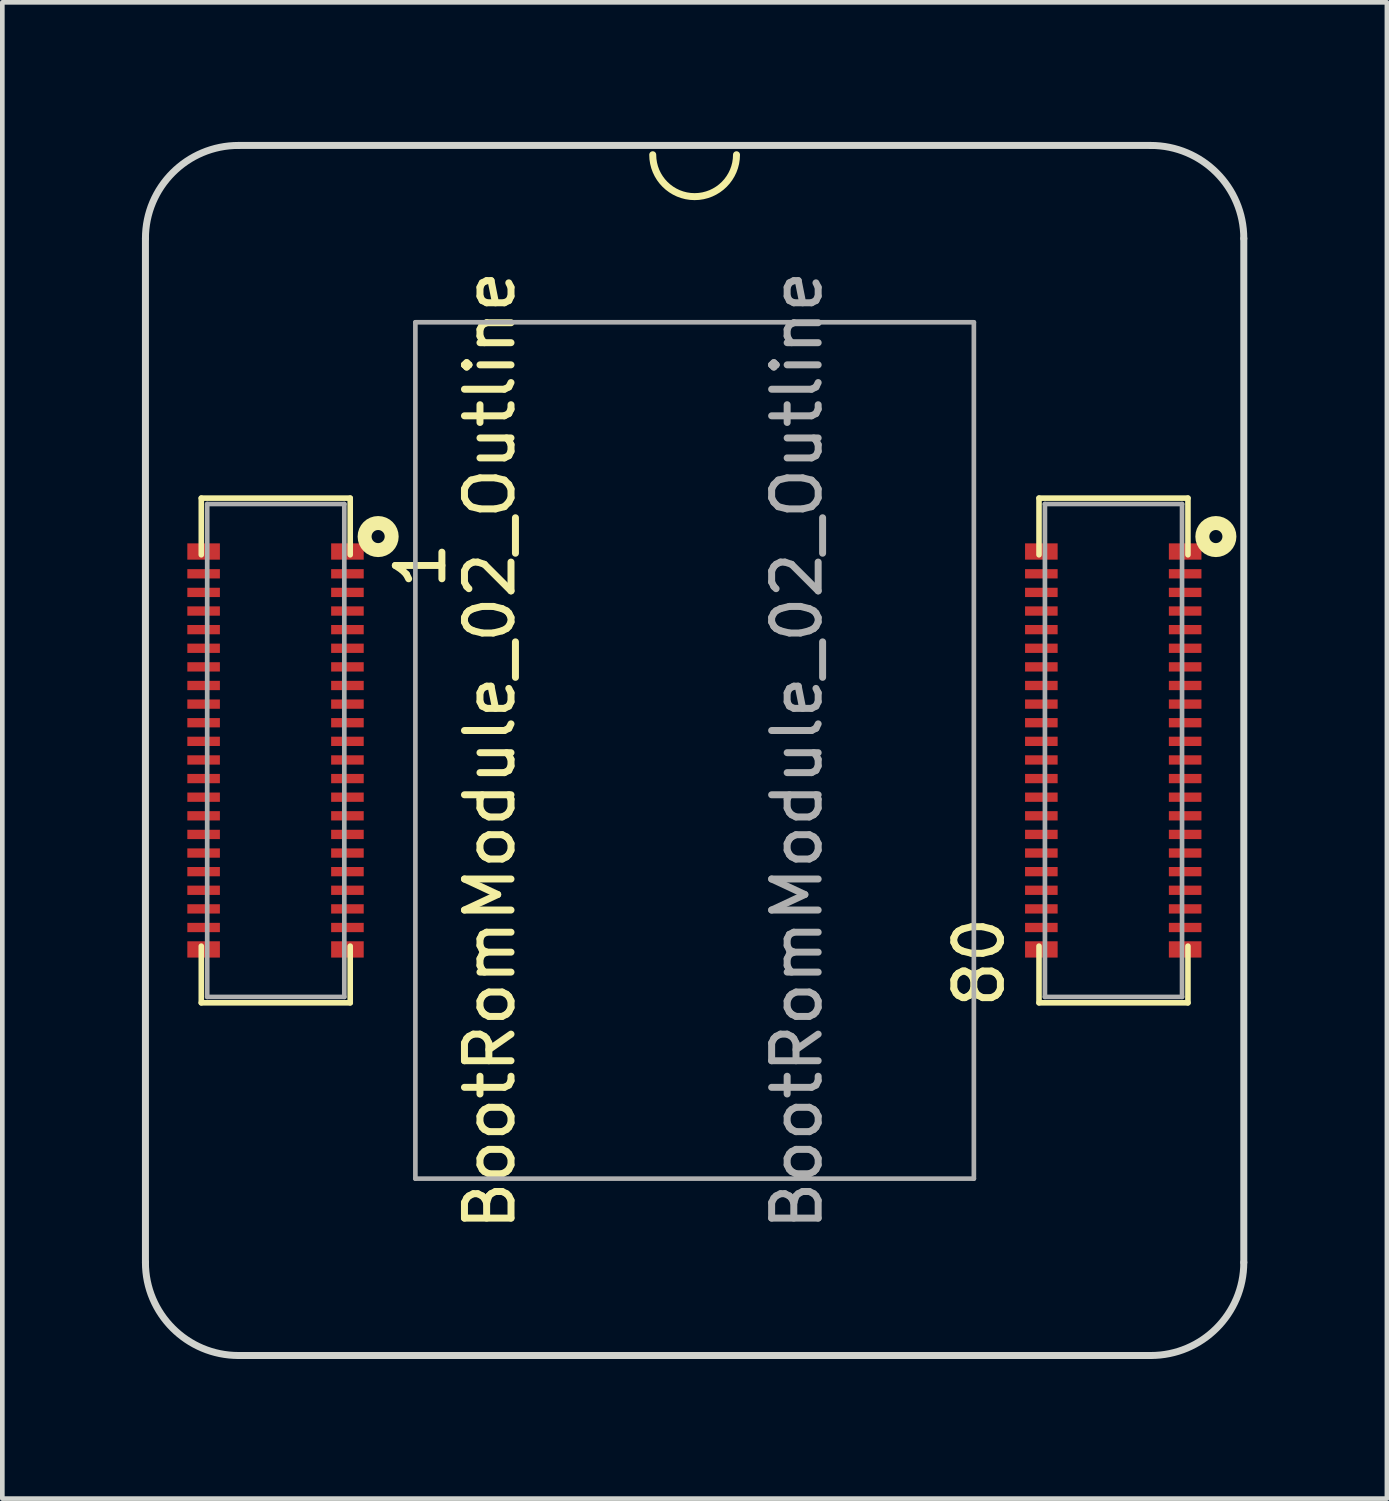
<source format=kicad_pcb>
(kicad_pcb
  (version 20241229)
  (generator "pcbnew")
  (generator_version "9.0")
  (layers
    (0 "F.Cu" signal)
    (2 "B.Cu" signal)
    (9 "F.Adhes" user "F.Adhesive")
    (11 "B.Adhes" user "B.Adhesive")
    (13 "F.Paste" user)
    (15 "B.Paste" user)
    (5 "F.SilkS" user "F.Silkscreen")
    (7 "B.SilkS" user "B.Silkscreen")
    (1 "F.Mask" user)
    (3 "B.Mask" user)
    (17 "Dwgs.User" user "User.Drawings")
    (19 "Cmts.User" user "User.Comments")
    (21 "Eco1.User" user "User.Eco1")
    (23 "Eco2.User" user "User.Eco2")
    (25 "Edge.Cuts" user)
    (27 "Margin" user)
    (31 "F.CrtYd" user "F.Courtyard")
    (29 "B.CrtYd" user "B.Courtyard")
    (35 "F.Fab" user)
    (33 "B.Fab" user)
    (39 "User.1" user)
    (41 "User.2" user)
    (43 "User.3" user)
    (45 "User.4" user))
  (footprint "BootRomModule_02_Outline"
    (layer "F.Cu")
    (at 11.875 13.075)
    (property "Reference" "BootRomModule_02_Outline" (at -4.4 0 90) (layer "F.SilkS") (effects (font (size 1 1) (thickness 0.15))))
    (attr smd)
    (fp_line (start -10.6 -5.422) (end -10.6 -4.204) (stroke (width 0.12) (type solid)) (layer "F.SilkS"))
    (fp_line (start -10.6 4.204) (end -10.6 5.422) (stroke (width 0.12) (type solid)) (layer "F.SilkS"))
    (fp_line (start -10.6 5.422) (end -7.4 5.422) (stroke (width 0.12) (type solid)) (layer "F.SilkS"))
    (fp_line (start -7.4 -5.422) (end -10.6 -5.422) (stroke (width 0.12) (type solid)) (layer "F.SilkS"))
    (fp_line (start -7.4 -4.204) (end -7.4 -5.422) (stroke (width 0.12) (type solid)) (layer "F.SilkS"))
    (fp_line (start -7.4 5.422) (end -7.4 4.204) (stroke (width 0.12) (type solid)) (layer "F.SilkS"))
    (fp_line (start 7.4 -5.422) (end 7.4 -4.204) (stroke (width 0.12) (type solid)) (layer "F.SilkS"))
    (fp_line (start 7.4 4.204) (end 7.4 5.422) (stroke (width 0.12) (type solid)) (layer "F.SilkS"))
    (fp_line (start 7.4 5.422) (end 10.6 5.422) (stroke (width 0.12) (type solid)) (layer "F.SilkS"))
    (fp_line (start 10.6 -5.422) (end 7.4 -5.422) (stroke (width 0.12) (type solid)) (layer "F.SilkS"))
    (fp_line (start 10.6 -4.204) (end 10.6 -5.422) (stroke (width 0.12) (type solid)) (layer "F.SilkS"))
    (fp_line (start 10.6 5.422) (end 10.6 4.204) (stroke (width 0.12) (type solid)) (layer "F.SilkS"))
    (fp_arc (start 0.9 -12.8) (mid 0 -11.9) (end -0.9 -12.8) (stroke (width 0.15) (type default)) (layer "F.SilkS"))
    (fp_circle (center -6.8 -4.596) (end -6.8 -4.737) (stroke (width 0.3) (type solid)) (fill no) (layer "F.SilkS"))
    (fp_circle (center 11.2 -4.596) (end 11.2 -4.737) (stroke (width 0.3) (type solid)) (fill no) (layer "F.SilkS"))
    (fp_line (start -11.8 -11) (end -11.8 11) (stroke (width 0.15) (type default)) (layer "Edge.Cuts"))
    (fp_line (start -9.8 -13) (end 9.8 -13) (stroke (width 0.15) (type default)) (layer "Edge.Cuts"))
    (fp_line (start -9.8 13) (end 9.8 13) (stroke (width 0.15) (type default)) (layer "Edge.Cuts"))
    (fp_line (start 11.8 11) (end 11.8 -11) (stroke (width 0.15) (type default)) (layer "Edge.Cuts"))
    (fp_arc (start -11.8 -11) (mid -11.214214 -12.414214) (end -9.8 -13) (stroke (width 0.15) (type default)) (layer "Edge.Cuts"))
    (fp_arc (start -9.8 13) (mid -11.214214 12.414214) (end -11.8 11) (stroke (width 0.15) (type default)) (layer "Edge.Cuts"))
    (fp_arc (start 9.8 -13) (mid 11.214214 -12.414214) (end 11.8 -11) (stroke (width 0.15) (type default)) (layer "Edge.Cuts"))
    (fp_arc (start 11.8 11) (mid 11.214214 12.414214) (end 9.8 13) (stroke (width 0.15) (type default)) (layer "Edge.Cuts"))
    (fp_line (start -11.8 -11) (end -11.8 11) (stroke (width 0.05) (type default)) (layer "F.CrtYd"))
    (fp_line (start -9.8 -13) (end 9.8 -13) (stroke (width 0.05) (type default)) (layer "F.CrtYd"))
    (fp_line (start -9.8 13) (end 9.8 13) (stroke (width 0.05) (type default)) (layer "F.CrtYd"))
    (fp_line (start 11.8 11) (end 11.8 -11) (stroke (width 0.05) (type default)) (layer "F.CrtYd"))
    (fp_arc (start -11.8 -11) (mid -11.214214 -12.414214) (end -9.8 -13) (stroke (width 0.05) (type default)) (layer "F.CrtYd"))
    (fp_arc (start -9.8 13) (mid -11.214214 12.414214) (end -11.8 11) (stroke (width 0.05) (type default)) (layer "F.CrtYd"))
    (fp_arc (start 9.8 -13) (mid 11.214214 -12.414214) (end 11.8 -11) (stroke (width 0.05) (type default)) (layer "F.CrtYd"))
    (fp_arc (start 11.8 11) (mid 11.214214 12.414214) (end 9.8 13) (stroke (width 0.05) (type default)) (layer "F.CrtYd"))
    (fp_line (start -10.473 -5.295) (end -10.473 5.295) (stroke (width 0.1) (type solid)) (layer "F.Fab"))
    (fp_line (start -10.473 5.295) (end -7.527 5.295) (stroke (width 0.1) (type solid)) (layer "F.Fab"))
    (fp_line (start -7.527 -5.295) (end -10.473 -5.295) (stroke (width 0.1) (type solid)) (layer "F.Fab"))
    (fp_line (start -7.527 5.295) (end -7.527 -5.295) (stroke (width 0.1) (type solid)) (layer "F.Fab"))
    (fp_line (start -6 -9.2) (end 6 -9.2) (stroke (width 0.1) (type solid)) (layer "F.Fab"))
    (fp_line (start -6 9.2) (end -6 -9.2) (stroke (width 0.1) (type solid)) (layer "F.Fab"))
    (fp_line (start 6 -9.2) (end 6 9.2) (stroke (width 0.1) (type solid)) (layer "F.Fab"))
    (fp_line (start 6 9.2) (end -6 9.2) (stroke (width 0.1) (type solid)) (layer "F.Fab"))
    (fp_line (start 7.527 -5.295) (end 7.527 5.295) (stroke (width 0.1) (type solid)) (layer "F.Fab"))
    (fp_line (start 7.527 5.295) (end 10.473 5.295) (stroke (width 0.1) (type solid)) (layer "F.Fab"))
    (fp_line (start 10.473 -5.295) (end 7.527 -5.295) (stroke (width 0.1) (type solid)) (layer "F.Fab"))
    (fp_line (start 10.473 5.295) (end 10.473 -5.295) (stroke (width 0.1) (type solid)) (layer "F.Fab"))
    (fp_text user "1" (at -5.3 -3.4 90) (unlocked yes) (layer "F.SilkS") (effects (font (size 1 1) (thickness 0.15)) (justify left bottom)))
    (fp_text user "80" (at 6.7 5.6 90) (unlocked yes) (layer "F.SilkS") (effects (font (size 1 1) (thickness 0.15)) (justify left bottom)))
    (fp_text user "${REFERENCE}" (at 2.2 0 90) (layer "F.Fab") (effects (font (size 1 1) (thickness 0.15))))
    (pad "1" smd rect (at -7.46 -3.796 90) (size 0.2 0.7) (layers "F.Cu" "F.Mask" "F.Paste"))
    (pad "2" smd rect (at -10.55 -3.796 90) (size 0.2 0.7) (layers "F.Cu" "F.Mask" "F.Paste"))
    (pad "3" smd rect (at -7.46 -3.396 90) (size 0.2 0.7) (layers "F.Cu" "F.Mask" "F.Paste"))
    (pad "4" smd rect (at -10.55 -3.396 90) (size 0.2 0.7) (layers "F.Cu" "F.Mask" "F.Paste"))
    (pad "5" smd rect (at -7.46 -2.996 90) (size 0.2 0.7) (layers "F.Cu" "F.Mask" "F.Paste"))
    (pad "6" smd rect (at -10.55 -2.996 90) (size 0.2 0.7) (layers "F.Cu" "F.Mask" "F.Paste"))
    (pad "7" smd rect (at -7.46 -2.596 90) (size 0.2 0.7) (layers "F.Cu" "F.Mask" "F.Paste"))
    (pad "8" smd rect (at -10.55 -2.596 90) (size 0.2 0.7) (layers "F.Cu" "F.Mask" "F.Paste"))
    (pad "9" smd rect (at -7.46 -2.196 90) (size 0.2 0.7) (layers "F.Cu" "F.Mask" "F.Paste"))
    (pad "10" smd rect (at -10.55 -2.196 90) (size 0.2 0.7) (layers "F.Cu" "F.Mask" "F.Paste"))
    (pad "11" smd rect (at -7.46 -1.796 90) (size 0.2 0.7) (layers "F.Cu" "F.Mask" "F.Paste"))
    (pad "12" smd rect (at -10.55 -1.796 90) (size 0.2 0.7) (layers "F.Cu" "F.Mask" "F.Paste"))
    (pad "13" smd rect (at -7.46 -1.396 90) (size 0.2 0.7) (layers "F.Cu" "F.Mask" "F.Paste"))
    (pad "14" smd rect (at -10.55 -1.396 90) (size 0.2 0.7) (layers "F.Cu" "F.Mask" "F.Paste"))
    (pad "15" smd rect (at -7.46 -0.996 90) (size 0.2 0.7) (layers "F.Cu" "F.Mask" "F.Paste"))
    (pad "16" smd rect (at -10.55 -0.996 90) (size 0.2 0.7) (layers "F.Cu" "F.Mask" "F.Paste"))
    (pad "17" smd rect (at -7.46 -0.596 90) (size 0.2 0.7) (layers "F.Cu" "F.Mask" "F.Paste"))
    (pad "18" smd rect (at -10.55 -0.596 90) (size 0.2 0.7) (layers "F.Cu" "F.Mask" "F.Paste"))
    (pad "19" smd rect (at -7.46 -0.196 90) (size 0.2 0.7) (layers "F.Cu" "F.Mask" "F.Paste"))
    (pad "20" smd rect (at -10.55 -0.196 90) (size 0.2 0.7) (layers "F.Cu" "F.Mask" "F.Paste"))
    (pad "21" smd rect (at -7.46 0.204 90) (size 0.2 0.7) (layers "F.Cu" "F.Mask" "F.Paste"))
    (pad "22" smd rect (at -10.55 0.204 90) (size 0.2 0.7) (layers "F.Cu" "F.Mask" "F.Paste"))
    (pad "23" smd rect (at -7.46 0.604 90) (size 0.2 0.7) (layers "F.Cu" "F.Mask" "F.Paste"))
    (pad "24" smd rect (at -10.55 0.604 90) (size 0.2 0.7) (layers "F.Cu" "F.Mask" "F.Paste"))
    (pad "25" smd rect (at -7.46 1.004 90) (size 0.2 0.7) (layers "F.Cu" "F.Mask" "F.Paste"))
    (pad "26" smd rect (at -10.55 1.004 90) (size 0.2 0.7) (layers "F.Cu" "F.Mask" "F.Paste"))
    (pad "27" smd rect (at -7.46 1.404 90) (size 0.2 0.7) (layers "F.Cu" "F.Mask" "F.Paste"))
    (pad "28" smd rect (at -10.55 1.404 90) (size 0.2 0.7) (layers "F.Cu" "F.Mask" "F.Paste"))
    (pad "29" smd rect (at -7.46 1.804 90) (size 0.2 0.7) (layers "F.Cu" "F.Mask" "F.Paste"))
    (pad "30" smd rect (at -10.55 1.804 90) (size 0.2 0.7) (layers "F.Cu" "F.Mask" "F.Paste"))
    (pad "31" smd rect (at -7.46 2.204 90) (size 0.2 0.7) (layers "F.Cu" "F.Mask" "F.Paste"))
    (pad "32" smd rect (at -10.55 2.204 90) (size 0.2 0.7) (layers "F.Cu" "F.Mask" "F.Paste"))
    (pad "33" smd rect (at -7.46 2.604 90) (size 0.2 0.7) (layers "F.Cu" "F.Mask" "F.Paste"))
    (pad "34" smd rect (at -10.55 2.604 90) (size 0.2 0.7) (layers "F.Cu" "F.Mask" "F.Paste"))
    (pad "35" smd rect (at -7.46 3.004 90) (size 0.2 0.7) (layers "F.Cu" "F.Mask" "F.Paste"))
    (pad "36" smd rect (at -10.55 3.004 90) (size 0.2 0.7) (layers "F.Cu" "F.Mask" "F.Paste"))
    (pad "37" smd rect (at -7.46 3.404 90) (size 0.2 0.7) (layers "F.Cu" "F.Mask" "F.Paste"))
    (pad "38" smd rect (at -10.55 3.404 90) (size 0.2 0.7) (layers "F.Cu" "F.Mask" "F.Paste"))
    (pad "39" smd rect (at -7.46 3.804 90) (size 0.2 0.7) (layers "F.Cu" "F.Mask" "F.Paste"))
    (pad "40" smd rect (at -10.55 3.804 90) (size 0.2 0.7) (layers "F.Cu" "F.Mask" "F.Paste"))
    (pad "41" smd rect (at 10.54 -3.796 90) (size 0.2 0.7) (layers "F.Cu" "F.Mask" "F.Paste"))
    (pad "42" smd rect (at 7.45 -3.796 90) (size 0.2 0.7) (layers "F.Cu" "F.Mask" "F.Paste"))
    (pad "43" smd rect (at 10.54 -3.396 90) (size 0.2 0.7) (layers "F.Cu" "F.Mask" "F.Paste"))
    (pad "44" smd rect (at 7.45 -3.396 90) (size 0.2 0.7) (layers "F.Cu" "F.Mask" "F.Paste"))
    (pad "45" smd rect (at 10.54 -2.996 90) (size 0.2 0.7) (layers "F.Cu" "F.Mask" "F.Paste"))
    (pad "46" smd rect (at 7.45 -2.996 90) (size 0.2 0.7) (layers "F.Cu" "F.Mask" "F.Paste"))
    (pad "47" smd rect (at 10.54 -2.596 90) (size 0.2 0.7) (layers "F.Cu" "F.Mask" "F.Paste"))
    (pad "48" smd rect (at 7.45 -2.596 90) (size 0.2 0.7) (layers "F.Cu" "F.Mask" "F.Paste"))
    (pad "49" smd rect (at 10.54 -2.196 90) (size 0.2 0.7) (layers "F.Cu" "F.Mask" "F.Paste"))
    (pad "50" smd rect (at 7.45 -2.196 90) (size 0.2 0.7) (layers "F.Cu" "F.Mask" "F.Paste"))
    (pad "51" smd rect (at 10.54 -1.796 90) (size 0.2 0.7) (layers "F.Cu" "F.Mask" "F.Paste"))
    (pad "52" smd rect (at 7.45 -1.796 90) (size 0.2 0.7) (layers "F.Cu" "F.Mask" "F.Paste"))
    (pad "53" smd rect (at 10.54 -1.396 90) (size 0.2 0.7) (layers "F.Cu" "F.Mask" "F.Paste"))
    (pad "54" smd rect (at 7.45 -1.396 90) (size 0.2 0.7) (layers "F.Cu" "F.Mask" "F.Paste"))
    (pad "55" smd rect (at 10.54 -0.996 90) (size 0.2 0.7) (layers "F.Cu" "F.Mask" "F.Paste"))
    (pad "56" smd rect (at 7.45 -0.996 90) (size 0.2 0.7) (layers "F.Cu" "F.Mask" "F.Paste"))
    (pad "57" smd rect (at 10.54 -0.596 90) (size 0.2 0.7) (layers "F.Cu" "F.Mask" "F.Paste"))
    (pad "58" smd rect (at 7.45 -0.596 90) (size 0.2 0.7) (layers "F.Cu" "F.Mask" "F.Paste"))
    (pad "59" smd rect (at 10.54 -0.196 90) (size 0.2 0.7) (layers "F.Cu" "F.Mask" "F.Paste"))
    (pad "60" smd rect (at 7.45 -0.196 90) (size 0.2 0.7) (layers "F.Cu" "F.Mask" "F.Paste"))
    (pad "61" smd rect (at 10.54 0.204 90) (size 0.2 0.7) (layers "F.Cu" "F.Mask" "F.Paste"))
    (pad "62" smd rect (at 7.45 0.204 90) (size 0.2 0.7) (layers "F.Cu" "F.Mask" "F.Paste"))
    (pad "63" smd rect (at 10.54 0.604 90) (size 0.2 0.7) (layers "F.Cu" "F.Mask" "F.Paste"))
    (pad "64" smd rect (at 7.45 0.604 90) (size 0.2 0.7) (layers "F.Cu" "F.Mask" "F.Paste"))
    (pad "65" smd rect (at 10.54 1.004 90) (size 0.2 0.7) (layers "F.Cu" "F.Mask" "F.Paste"))
    (pad "66" smd rect (at 7.45 1.004 90) (size 0.2 0.7) (layers "F.Cu" "F.Mask" "F.Paste"))
    (pad "67" smd rect (at 10.54 1.404 90) (size 0.2 0.7) (layers "F.Cu" "F.Mask" "F.Paste"))
    (pad "68" smd rect (at 7.45 1.404 90) (size 0.2 0.7) (layers "F.Cu" "F.Mask" "F.Paste"))
    (pad "69" smd rect (at 10.54 1.804 90) (size 0.2 0.7) (layers "F.Cu" "F.Mask" "F.Paste"))
    (pad "70" smd rect (at 7.45 1.804 90) (size 0.2 0.7) (layers "F.Cu" "F.Mask" "F.Paste"))
    (pad "71" smd rect (at 10.54 2.204 90) (size 0.2 0.7) (layers "F.Cu" "F.Mask" "F.Paste"))
    (pad "72" smd rect (at 7.45 2.204 90) (size 0.2 0.7) (layers "F.Cu" "F.Mask" "F.Paste"))
    (pad "73" smd rect (at 10.54 2.604 90) (size 0.2 0.7) (layers "F.Cu" "F.Mask" "F.Paste"))
    (pad "74" smd rect (at 7.45 2.604 90) (size 0.2 0.7) (layers "F.Cu" "F.Mask" "F.Paste"))
    (pad "75" smd rect (at 10.54 3.004 90) (size 0.2 0.7) (layers "F.Cu" "F.Mask" "F.Paste"))
    (pad "76" smd rect (at 7.45 3.004 90) (size 0.2 0.7) (layers "F.Cu" "F.Mask" "F.Paste"))
    (pad "77" smd rect (at 10.54 3.404 90) (size 0.2 0.7) (layers "F.Cu" "F.Mask" "F.Paste"))
    (pad "78" smd rect (at 7.45 3.404 90) (size 0.2 0.7) (layers "F.Cu" "F.Mask" "F.Paste"))
    (pad "79" smd rect (at 10.54 3.804 90) (size 0.2 0.7) (layers "F.Cu" "F.Mask" "F.Paste"))
    (pad "80" smd rect (at 7.45 3.804 90) (size 0.2 0.7) (layers "F.Cu" "F.Mask" "F.Paste"))
    (pad "MP" smd rect (at -10.55 -4.275 90) (size 0.35 0.7) (layers "F.Cu" "F.Mask" "F.Paste"))
    (pad "MP" smd rect (at -10.55 4.275 90) (size 0.35 0.7) (layers "F.Cu" "F.Mask" "F.Paste"))
    (pad "MP" smd rect (at -7.46 -4.275 90) (size 0.35 0.7) (layers "F.Cu" "F.Mask" "F.Paste"))
    (pad "MP" smd rect (at -7.46 4.275 90) (size 0.35 0.7) (layers "F.Cu" "F.Mask" "F.Paste"))
    (pad "MP" smd rect (at 7.45 -4.275 90) (size 0.35 0.7) (layers "F.Cu" "F.Mask" "F.Paste"))
    (pad "MP" smd rect (at 7.45 4.275 90) (size 0.35 0.7) (layers "F.Cu" "F.Mask" "F.Paste"))
    (pad "MP" smd rect (at 10.54 -4.275 90) (size 0.35 0.7) (layers "F.Cu" "F.Mask" "F.Paste"))
    (pad "MP" smd rect (at 10.54 4.275 90) (size 0.35 0.7) (layers "F.Cu" "F.Mask" "F.Paste")))
  (gr_rect
    (start -3 -3)
    (end 26.75 29.15)
    (stroke (width 0.1) (type default))
    (fill no)
    (layer "Edge.Cuts")))
</source>
